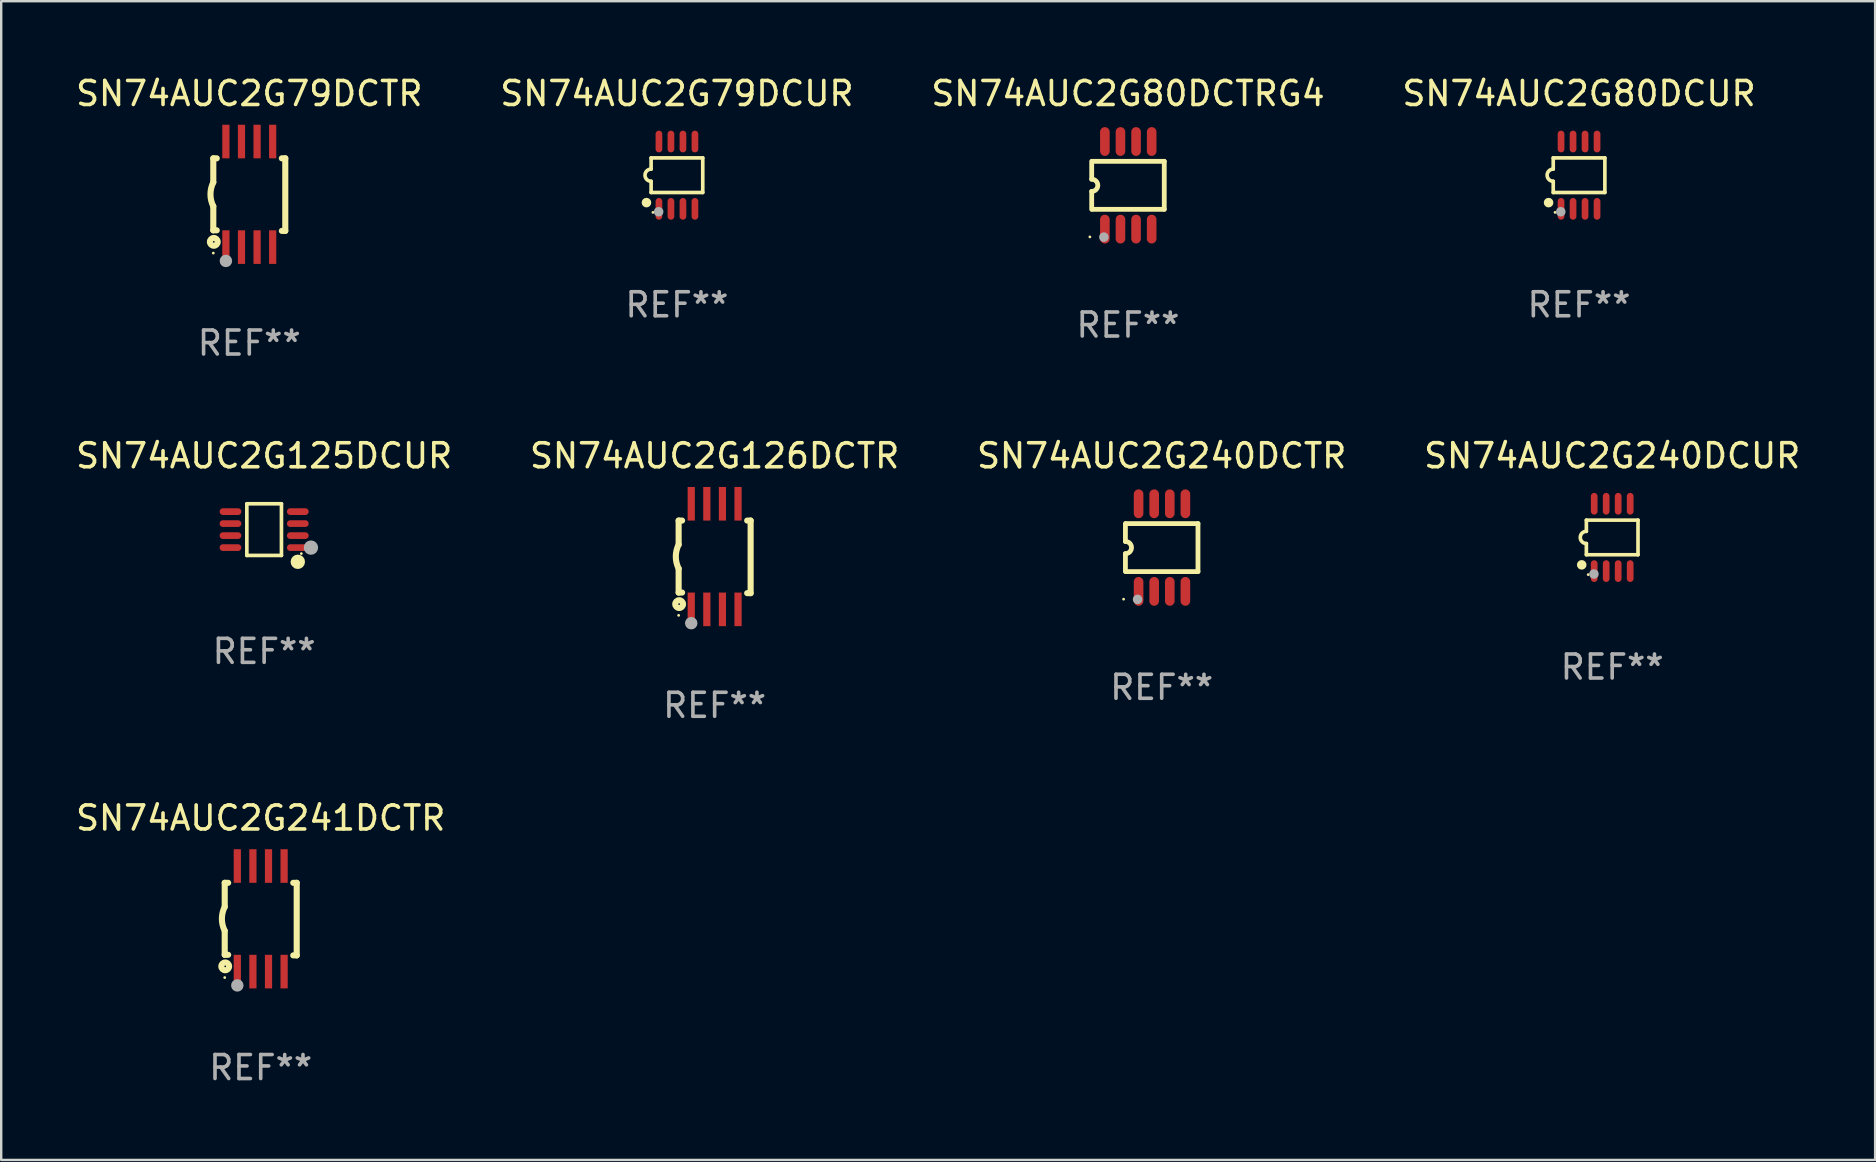
<source format=kicad_pcb>
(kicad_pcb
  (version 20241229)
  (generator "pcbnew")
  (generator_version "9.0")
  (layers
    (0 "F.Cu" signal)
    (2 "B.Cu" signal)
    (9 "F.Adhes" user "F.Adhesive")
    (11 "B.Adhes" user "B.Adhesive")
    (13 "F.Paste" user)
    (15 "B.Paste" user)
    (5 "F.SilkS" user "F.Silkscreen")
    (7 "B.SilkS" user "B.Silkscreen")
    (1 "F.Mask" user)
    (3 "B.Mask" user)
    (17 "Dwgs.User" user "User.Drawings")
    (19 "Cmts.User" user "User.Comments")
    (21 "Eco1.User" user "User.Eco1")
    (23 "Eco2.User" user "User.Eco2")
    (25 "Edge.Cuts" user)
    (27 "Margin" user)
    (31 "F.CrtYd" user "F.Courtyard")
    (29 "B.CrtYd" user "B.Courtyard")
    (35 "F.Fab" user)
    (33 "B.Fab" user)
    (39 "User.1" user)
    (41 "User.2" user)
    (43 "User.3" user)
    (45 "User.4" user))
  (footprint "SN74AUC2G79DCUR"
    (layer "F.Cu")
    (at 25.161 4.251)
    (property "Reference" "SN74AUC2G79DCUR" (at 0 -3.403 0) (layer "F.SilkS") (effects (font (size 1 1) (thickness 0.15))))
    (attr through_hole)
    (fp_line (start -1.076 -0.721) (end 1.076 -0.721) (stroke (width 0.152) (type solid)) (layer "F.SilkS"))
    (fp_line (start -1.076 -0.254) (end -1.076 -0.721) (stroke (width 0.152) (type solid)) (layer "F.SilkS"))
    (fp_line (start -1.076 0.254) (end -1.076 0.721) (stroke (width 0.152) (type solid)) (layer "F.SilkS"))
    (fp_line (start 1.076 -0.721) (end 1.076 0.721) (stroke (width 0.152) (type solid)) (layer "F.SilkS"))
    (fp_line (start 1.076 0.721) (end -1.076 0.721) (stroke (width 0.152) (type solid)) (layer "F.SilkS"))
    (fp_arc (start -1.076226 0.254051) (mid -1.330226 0.000051) (end -1.076226 -0.253949) (stroke (width 0.151994) (type solid)) (layer "F.SilkS"))
    (fp_circle (center -1.27 1.143) (end -1.17 1.143) (stroke (width 0.2) (type solid)) (fill no) (layer "F.SilkS"))
    (fp_circle (center -1 1.55) (end -0.97 1.55) (stroke (width 0.06) (type solid)) (fill no) (layer "F.SilkS"))
    (fp_circle (center -0.762 1.524) (end -0.662 1.524) (stroke (width 0.2) (type solid)) (fill no) (layer "F.Fab"))
    (fp_text user "REF**" (at 0 5.403 0) (layer "F.Fab") (effects (font (size 1 1) (thickness 0.15))))
    (pad "1" smd oval (at -0.75 1.403) (size 0.28 0.905) (layers "F.Cu" "F.Mask" "F.Paste"))
    (pad "2" smd oval (at -0.25 1.403) (size 0.28 0.905) (layers "F.Cu" "F.Mask" "F.Paste"))
    (pad "3" smd oval (at 0.25 1.403) (size 0.28 0.905) (layers "F.Cu" "F.Mask" "F.Paste"))
    (pad "4" smd oval (at 0.75 1.403) (size 0.28 0.905) (layers "F.Cu" "F.Mask" "F.Paste"))
    (pad "5" smd oval (at 0.75 -1.403) (size 0.28 0.905) (layers "F.Cu" "F.Mask" "F.Paste"))
    (pad "6" smd oval (at 0.25 -1.403) (size 0.28 0.905) (layers "F.Cu" "F.Mask" "F.Paste"))
    (pad "7" smd oval (at -0.25 -1.403) (size 0.28 0.905) (layers "F.Cu" "F.Mask" "F.Paste"))
    (pad "8" smd oval (at -0.75 -1.403) (size 0.28 0.905) (layers "F.Cu" "F.Mask" "F.Paste")))
  (footprint "SN74AUC2G125DCUR"
    (layer "F.Cu")
    (at 7.958 19.021)
    (property "Reference" "SN74AUC2G125DCUR" (at 0 -3.076 0) (layer "F.SilkS") (effects (font (size 1 1) (thickness 0.15))))
    (attr through_hole)
    (fp_line (start -0.721 -1.076) (end 0.721 -1.076) (stroke (width 0.152) (type solid)) (layer "F.SilkS"))
    (fp_line (start -0.721 1.076) (end -0.721 -1.076) (stroke (width 0.152) (type solid)) (layer "F.SilkS"))
    (fp_line (start 0.721 -1.076) (end 0.721 1.076) (stroke (width 0.152) (type solid)) (layer "F.SilkS"))
    (fp_line (start 0.721 1.076) (end -0.721 1.076) (stroke (width 0.152) (type solid)) (layer "F.SilkS"))
    (fp_circle (center 1.403 1.342) (end 1.553 1.342) (stroke (width 0.3) (type solid)) (fill no) (layer "F.SilkS"))
    (fp_circle (center 1.55 1) (end 1.58 1) (stroke (width 0.06) (type solid)) (fill no) (layer "F.SilkS"))
    (fp_circle (center 1.95 0.75) (end 2.1 0.75) (stroke (width 0.3) (type solid)) (fill no) (layer "F.Fab"))
    (fp_text user "REF**" (at 0 5.076 0) (layer "F.Fab") (effects (font (size 1 1) (thickness 0.15))))
    (pad "1" smd oval (at 1.403 0.75 90) (size 0.28 0.905) (layers "F.Cu" "F.Mask" "F.Paste"))
    (pad "2" smd oval (at 1.403 0.25 90) (size 0.28 0.905) (layers "F.Cu" "F.Mask" "F.Paste"))
    (pad "3" smd oval (at 1.403 -0.25 90) (size 0.28 0.905) (layers "F.Cu" "F.Mask" "F.Paste"))
    (pad "4" smd oval (at 1.403 -0.75 90) (size 0.28 0.905) (layers "F.Cu" "F.Mask" "F.Paste"))
    (pad "5" smd oval (at -1.403 -0.75 90) (size 0.28 0.905) (layers "F.Cu" "F.Mask" "F.Paste"))
    (pad "6" smd oval (at -1.403 -0.25 90) (size 0.28 0.905) (layers "F.Cu" "F.Mask" "F.Paste"))
    (pad "7" smd oval (at -1.403 0.25 90) (size 0.28 0.905) (layers "F.Cu" "F.Mask" "F.Paste"))
    (pad "8" smd oval (at -1.403 0.75 90) (size 0.28 0.905) (layers "F.Cu" "F.Mask" "F.Paste")))
  (footprint "SN74AUC2G80DCTRG4"
    (layer "F.Cu")
    (at 43.958 4.673)
    (property "Reference" "SN74AUC2G80DCTRG4" (at 0 -3.825 0) (layer "F.SilkS") (effects (font (size 1 1) (thickness 0.15))))
    (attr through_hole)
    (fp_line (start -1.512 -0.254) (end -1.512 -1) (stroke (width 0.2) (type solid)) (layer "F.SilkS"))
    (fp_line (start -1.512 0.254) (end -1.512 1) (stroke (width 0.2) (type solid)) (layer "F.SilkS"))
    (fp_line (start -1.488 -1) (end 1.512 -1) (stroke (width 0.2) (type solid)) (layer "F.SilkS"))
    (fp_line (start 1.512 -1) (end 1.512 1) (stroke (width 0.2) (type solid)) (layer "F.SilkS"))
    (fp_line (start 1.512 1) (end -1.488 1) (stroke (width 0.2) (type solid)) (layer "F.SilkS"))
    (fp_arc (start -1.512002 -0.254001) (mid -1.258001 0) (end -1.512002 0.254001) (stroke (width 0.2) (type solid)) (layer "F.SilkS"))
    (fp_circle (center -1.588 2.15) (end -1.558 2.15) (stroke (width 0.06) (type solid)) (fill no) (layer "F.SilkS"))
    (fp_circle (center -1.004 2.159) (end -0.904 2.159) (stroke (width 0.2) (type solid)) (fill no) (layer "F.Fab"))
    (fp_text user "REF**" (at 0 5.825 0) (layer "F.Fab") (effects (font (size 1 1) (thickness 0.15))))
    (pad "1" smd oval (at -0.963 1.825 270) (size 1.2 0.4) (layers "F.Cu" "F.Mask" "F.Paste"))
    (pad "2" smd oval (at -0.313 1.825 270) (size 1.2 0.4) (layers "F.Cu" "F.Mask" "F.Paste"))
    (pad "3" smd oval (at 0.337 1.825 270) (size 1.2 0.4) (layers "F.Cu" "F.Mask" "F.Paste"))
    (pad "4" smd oval (at 0.987 1.825 270) (size 1.2 0.4) (layers "F.Cu" "F.Mask" "F.Paste"))
    (pad "5" smd oval (at 0.987 -1.825 270) (size 1.2 0.4) (layers "F.Cu" "F.Mask" "F.Paste"))
    (pad "6" smd oval (at 0.337 -1.825 270) (size 1.2 0.4) (layers "F.Cu" "F.Mask" "F.Paste"))
    (pad "7" smd oval (at -0.313 -1.825 270) (size 1.2 0.4) (layers "F.Cu" "F.Mask" "F.Paste"))
    (pad "8" smd oval (at -0.963 -1.825 270) (size 1.2 0.4) (layers "F.Cu" "F.Mask" "F.Paste")))
  (footprint "SN74AUC2G240DCTR"
    (layer "F.Cu")
    (at 45.363 19.77)
    (property "Reference" "SN74AUC2G240DCTR" (at 0 -3.825 0) (layer "F.SilkS") (effects (font (size 1 1) (thickness 0.15))))
    (attr through_hole)
    (fp_line (start -1.512 -0.254) (end -1.512 -1) (stroke (width 0.2) (type solid)) (layer "F.SilkS"))
    (fp_line (start -1.512 0.254) (end -1.512 1) (stroke (width 0.2) (type solid)) (layer "F.SilkS"))
    (fp_line (start -1.488 -1) (end 1.512 -1) (stroke (width 0.2) (type solid)) (layer "F.SilkS"))
    (fp_line (start 1.512 -1) (end 1.512 1) (stroke (width 0.2) (type solid)) (layer "F.SilkS"))
    (fp_line (start 1.512 1) (end -1.488 1) (stroke (width 0.2) (type solid)) (layer "F.SilkS"))
    (fp_arc (start -1.512002 -0.254001) (mid -1.258001 0) (end -1.512002 0.254001) (stroke (width 0.2) (type solid)) (layer "F.SilkS"))
    (fp_circle (center -1.588 2.15) (end -1.558 2.15) (stroke (width 0.06) (type solid)) (fill no) (layer "F.SilkS"))
    (fp_circle (center -1.004 2.159) (end -0.904 2.159) (stroke (width 0.2) (type solid)) (fill no) (layer "F.Fab"))
    (fp_text user "REF**" (at 0 5.825 0) (layer "F.Fab") (effects (font (size 1 1) (thickness 0.15))))
    (pad "1" smd oval (at -0.963 1.825 270) (size 1.2 0.4) (layers "F.Cu" "F.Mask" "F.Paste"))
    (pad "2" smd oval (at -0.313 1.825 270) (size 1.2 0.4) (layers "F.Cu" "F.Mask" "F.Paste"))
    (pad "3" smd oval (at 0.337 1.825 270) (size 1.2 0.4) (layers "F.Cu" "F.Mask" "F.Paste"))
    (pad "4" smd oval (at 0.987 1.825 270) (size 1.2 0.4) (layers "F.Cu" "F.Mask" "F.Paste"))
    (pad "5" smd oval (at 0.987 -1.825 270) (size 1.2 0.4) (layers "F.Cu" "F.Mask" "F.Paste"))
    (pad "6" smd oval (at 0.337 -1.825 270) (size 1.2 0.4) (layers "F.Cu" "F.Mask" "F.Paste"))
    (pad "7" smd oval (at -0.313 -1.825 270) (size 1.2 0.4) (layers "F.Cu" "F.Mask" "F.Paste"))
    (pad "8" smd oval (at -0.963 -1.825 270) (size 1.2 0.4) (layers "F.Cu" "F.Mask" "F.Paste")))
  (footprint "SN74AUC2G79DCTR"
    (layer "F.Cu")
    (at 7.339 5.048)
    (property "Reference" "SN74AUC2G79DCTR" (at 0 -4.2 0) (layer "F.SilkS") (effects (font (size 1 1) (thickness 0.15))))
    (attr through_hole)
    (fp_line (start -1.5 -1.5) (end -1.5 -0.5) (stroke (width 0.254) (type solid)) (layer "F.SilkS"))
    (fp_line (start -1.5 -1.5) (end -1.356 -1.5) (stroke (width 0.254) (type solid)) (layer "F.SilkS"))
    (fp_line (start -1.5 1.5) (end -1.5 0.5) (stroke (width 0.254) (type solid)) (layer "F.SilkS"))
    (fp_line (start -1.5 1.5) (end -1.356 1.5) (stroke (width 0.254) (type solid)) (layer "F.SilkS"))
    (fp_line (start 1.356 -1.5) (end 1.5 -1.5) (stroke (width 0.254) (type solid)) (layer "F.SilkS"))
    (fp_line (start 1.5 -1.5) (end 1.5 1.524) (stroke (width 0.254) (type solid)) (layer "F.SilkS"))
    (fp_line (start 1.5 1.524) (end 1.356 1.524) (stroke (width 0.254) (type solid)) (layer "F.SilkS"))
    (fp_arc (start -1.500203 0.499137) (mid -1.618067 -0.000468) (end -1.5 -0.500025) (stroke (width 0.254001) (type solid)) (layer "F.SilkS"))
    (fp_circle (center -1.5 2.449) (end -1.47 2.449) (stroke (width 0.06) (type solid)) (fill no) (layer "F.SilkS"))
    (fp_circle (center -1.479 1.981) (end -1.444 1.981) (stroke (width 0.254) (type solid)) (fill no) (layer "F.SilkS"))
    (fp_circle (center -0.975 2.776) (end -0.845 2.776) (stroke (width 0.26) (type solid)) (fill no) (layer "F.Fab"))
    (fp_text user "REF**" (at 0 6.2 0) (layer "F.Fab") (effects (font (size 1 1) (thickness 0.15))))
    (pad "1" smd rect (at -0.975 2.2) (size 0.3 1.4) (layers "F.Cu" "F.Mask" "F.Paste"))
    (pad "2" smd rect (at -0.325 2.2) (size 0.3 1.4) (layers "F.Cu" "F.Mask" "F.Paste"))
    (pad "3" smd rect (at 0.325 2.2) (size 0.3 1.4) (layers "F.Cu" "F.Mask" "F.Paste"))
    (pad "4" smd rect (at 0.975 2.2) (size 0.3 1.4) (layers "F.Cu" "F.Mask" "F.Paste"))
    (pad "5" smd rect (at 0.975 -2.2) (size 0.3 1.4) (layers "F.Cu" "F.Mask" "F.Paste"))
    (pad "6" smd rect (at 0.325 -2.2) (size 0.3 1.4) (layers "F.Cu" "F.Mask" "F.Paste"))
    (pad "7" smd rect (at -0.325 -2.2) (size 0.3 1.4) (layers "F.Cu" "F.Mask" "F.Paste"))
    (pad "8" smd rect (at -0.975 -2.2) (size 0.3 1.4) (layers "F.Cu" "F.Mask" "F.Paste")))
  (footprint "SN74AUC2G240DCUR"
    (layer "F.Cu")
    (at 64.137 19.347)
    (property "Reference" "SN74AUC2G240DCUR" (at 0 -3.403 0) (layer "F.SilkS") (effects (font (size 1 1) (thickness 0.15))))
    (attr through_hole)
    (fp_line (start -1.076 -0.721) (end 1.076 -0.721) (stroke (width 0.152) (type solid)) (layer "F.SilkS"))
    (fp_line (start -1.076 -0.254) (end -1.076 -0.721) (stroke (width 0.152) (type solid)) (layer "F.SilkS"))
    (fp_line (start -1.076 0.254) (end -1.076 0.721) (stroke (width 0.152) (type solid)) (layer "F.SilkS"))
    (fp_line (start 1.076 -0.721) (end 1.076 0.721) (stroke (width 0.152) (type solid)) (layer "F.SilkS"))
    (fp_line (start 1.076 0.721) (end -1.076 0.721) (stroke (width 0.152) (type solid)) (layer "F.SilkS"))
    (fp_arc (start -1.076226 0.254051) (mid -1.330226 0.000051) (end -1.076226 -0.253949) (stroke (width 0.151994) (type solid)) (layer "F.SilkS"))
    (fp_circle (center -1.27 1.143) (end -1.17 1.143) (stroke (width 0.2) (type solid)) (fill no) (layer "F.SilkS"))
    (fp_circle (center -1 1.55) (end -0.97 1.55) (stroke (width 0.06) (type solid)) (fill no) (layer "F.SilkS"))
    (fp_circle (center -0.762 1.524) (end -0.662 1.524) (stroke (width 0.2) (type solid)) (fill no) (layer "F.Fab"))
    (fp_text user "REF**" (at 0 5.403 0) (layer "F.Fab") (effects (font (size 1 1) (thickness 0.15))))
    (pad "1" smd oval (at -0.75 1.403) (size 0.28 0.905) (layers "F.Cu" "F.Mask" "F.Paste"))
    (pad "2" smd oval (at -0.25 1.403) (size 0.28 0.905) (layers "F.Cu" "F.Mask" "F.Paste"))
    (pad "3" smd oval (at 0.25 1.403) (size 0.28 0.905) (layers "F.Cu" "F.Mask" "F.Paste"))
    (pad "4" smd oval (at 0.75 1.403) (size 0.28 0.905) (layers "F.Cu" "F.Mask" "F.Paste"))
    (pad "5" smd oval (at 0.75 -1.403) (size 0.28 0.905) (layers "F.Cu" "F.Mask" "F.Paste"))
    (pad "6" smd oval (at 0.25 -1.403) (size 0.28 0.905) (layers "F.Cu" "F.Mask" "F.Paste"))
    (pad "7" smd oval (at -0.25 -1.403) (size 0.28 0.905) (layers "F.Cu" "F.Mask" "F.Paste"))
    (pad "8" smd oval (at -0.75 -1.403) (size 0.28 0.905) (layers "F.Cu" "F.Mask" "F.Paste")))
  (footprint "SN74AUC2G241DCTR"
    (layer "F.Cu")
    (at 7.815 35.241)
    (property "Reference" "SN74AUC2G241DCTR" (at 0 -4.2 0) (layer "F.SilkS") (effects (font (size 1 1) (thickness 0.15))))
    (attr through_hole)
    (fp_line (start -1.5 -1.5) (end -1.5 -0.5) (stroke (width 0.254) (type solid)) (layer "F.SilkS"))
    (fp_line (start -1.5 -1.5) (end -1.356 -1.5) (stroke (width 0.254) (type solid)) (layer "F.SilkS"))
    (fp_line (start -1.5 1.5) (end -1.5 0.5) (stroke (width 0.254) (type solid)) (layer "F.SilkS"))
    (fp_line (start -1.5 1.5) (end -1.356 1.5) (stroke (width 0.254) (type solid)) (layer "F.SilkS"))
    (fp_line (start 1.356 -1.5) (end 1.5 -1.5) (stroke (width 0.254) (type solid)) (layer "F.SilkS"))
    (fp_line (start 1.5 -1.5) (end 1.5 1.524) (stroke (width 0.254) (type solid)) (layer "F.SilkS"))
    (fp_line (start 1.5 1.524) (end 1.356 1.524) (stroke (width 0.254) (type solid)) (layer "F.SilkS"))
    (fp_arc (start -1.500203 0.499137) (mid -1.618067 -0.000468) (end -1.5 -0.500025) (stroke (width 0.254001) (type solid)) (layer "F.SilkS"))
    (fp_circle (center -1.5 2.449) (end -1.47 2.449) (stroke (width 0.06) (type solid)) (fill no) (layer "F.SilkS"))
    (fp_circle (center -1.479 1.981) (end -1.444 1.981) (stroke (width 0.254) (type solid)) (fill no) (layer "F.SilkS"))
    (fp_circle (center -0.975 2.776) (end -0.845 2.776) (stroke (width 0.26) (type solid)) (fill no) (layer "F.Fab"))
    (fp_text user "REF**" (at 0 6.2 0) (layer "F.Fab") (effects (font (size 1 1) (thickness 0.15))))
    (pad "1" smd rect (at -0.975 2.2) (size 0.3 1.4) (layers "F.Cu" "F.Mask" "F.Paste"))
    (pad "2" smd rect (at -0.325 2.2) (size 0.3 1.4) (layers "F.Cu" "F.Mask" "F.Paste"))
    (pad "3" smd rect (at 0.325 2.2) (size 0.3 1.4) (layers "F.Cu" "F.Mask" "F.Paste"))
    (pad "4" smd rect (at 0.975 2.2) (size 0.3 1.4) (layers "F.Cu" "F.Mask" "F.Paste"))
    (pad "5" smd rect (at 0.975 -2.2) (size 0.3 1.4) (layers "F.Cu" "F.Mask" "F.Paste"))
    (pad "6" smd rect (at 0.325 -2.2) (size 0.3 1.4) (layers "F.Cu" "F.Mask" "F.Paste"))
    (pad "7" smd rect (at -0.325 -2.2) (size 0.3 1.4) (layers "F.Cu" "F.Mask" "F.Paste"))
    (pad "8" smd rect (at -0.975 -2.2) (size 0.3 1.4) (layers "F.Cu" "F.Mask" "F.Paste")))
  (footprint "SN74AUC2G126DCTR"
    (layer "F.Cu")
    (at 26.732 20.145)
    (property "Reference" "SN74AUC2G126DCTR" (at 0 -4.2 0) (layer "F.SilkS") (effects (font (size 1 1) (thickness 0.15))))
    (attr through_hole)
    (fp_line (start -1.5 -1.5) (end -1.5 -0.5) (stroke (width 0.254) (type solid)) (layer "F.SilkS"))
    (fp_line (start -1.5 -1.5) (end -1.356 -1.5) (stroke (width 0.254) (type solid)) (layer "F.SilkS"))
    (fp_line (start -1.5 1.5) (end -1.5 0.5) (stroke (width 0.254) (type solid)) (layer "F.SilkS"))
    (fp_line (start -1.5 1.5) (end -1.356 1.5) (stroke (width 0.254) (type solid)) (layer "F.SilkS"))
    (fp_line (start 1.356 -1.5) (end 1.5 -1.5) (stroke (width 0.254) (type solid)) (layer "F.SilkS"))
    (fp_line (start 1.5 -1.5) (end 1.5 1.524) (stroke (width 0.254) (type solid)) (layer "F.SilkS"))
    (fp_line (start 1.5 1.524) (end 1.356 1.524) (stroke (width 0.254) (type solid)) (layer "F.SilkS"))
    (fp_arc (start -1.500203 0.499137) (mid -1.618067 -0.000468) (end -1.5 -0.500025) (stroke (width 0.254001) (type solid)) (layer "F.SilkS"))
    (fp_circle (center -1.5 2.449) (end -1.47 2.449) (stroke (width 0.06) (type solid)) (fill no) (layer "F.SilkS"))
    (fp_circle (center -1.479 1.981) (end -1.444 1.981) (stroke (width 0.254) (type solid)) (fill no) (layer "F.SilkS"))
    (fp_circle (center -0.975 2.776) (end -0.845 2.776) (stroke (width 0.26) (type solid)) (fill no) (layer "F.Fab"))
    (fp_text user "REF**" (at 0 6.2 0) (layer "F.Fab") (effects (font (size 1 1) (thickness 0.15))))
    (pad "1" smd rect (at -0.975 2.2) (size 0.3 1.4) (layers "F.Cu" "F.Mask" "F.Paste"))
    (pad "2" smd rect (at -0.325 2.2) (size 0.3 1.4) (layers "F.Cu" "F.Mask" "F.Paste"))
    (pad "3" smd rect (at 0.325 2.2) (size 0.3 1.4) (layers "F.Cu" "F.Mask" "F.Paste"))
    (pad "4" smd rect (at 0.975 2.2) (size 0.3 1.4) (layers "F.Cu" "F.Mask" "F.Paste"))
    (pad "5" smd rect (at 0.975 -2.2) (size 0.3 1.4) (layers "F.Cu" "F.Mask" "F.Paste"))
    (pad "6" smd rect (at 0.325 -2.2) (size 0.3 1.4) (layers "F.Cu" "F.Mask" "F.Paste"))
    (pad "7" smd rect (at -0.325 -2.2) (size 0.3 1.4) (layers "F.Cu" "F.Mask" "F.Paste"))
    (pad "8" smd rect (at -0.975 -2.2) (size 0.3 1.4) (layers "F.Cu" "F.Mask" "F.Paste")))
  (footprint "SN74AUC2G80DCUR"
    (layer "F.Cu")
    (at 62.756 4.251)
    (property "Reference" "SN74AUC2G80DCUR" (at 0 -3.403 0) (layer "F.SilkS") (effects (font (size 1 1) (thickness 0.15))))
    (attr through_hole)
    (fp_line (start -1.076 -0.721) (end 1.076 -0.721) (stroke (width 0.152) (type solid)) (layer "F.SilkS"))
    (fp_line (start -1.076 -0.254) (end -1.076 -0.721) (stroke (width 0.152) (type solid)) (layer "F.SilkS"))
    (fp_line (start -1.076 0.254) (end -1.076 0.721) (stroke (width 0.152) (type solid)) (layer "F.SilkS"))
    (fp_line (start 1.076 -0.721) (end 1.076 0.721) (stroke (width 0.152) (type solid)) (layer "F.SilkS"))
    (fp_line (start 1.076 0.721) (end -1.076 0.721) (stroke (width 0.152) (type solid)) (layer "F.SilkS"))
    (fp_arc (start -1.076226 0.254051) (mid -1.330226 0.000051) (end -1.076226 -0.253949) (stroke (width 0.151994) (type solid)) (layer "F.SilkS"))
    (fp_circle (center -1.27 1.143) (end -1.17 1.143) (stroke (width 0.2) (type solid)) (fill no) (layer "F.SilkS"))
    (fp_circle (center -1 1.55) (end -0.97 1.55) (stroke (width 0.06) (type solid)) (fill no) (layer "F.SilkS"))
    (fp_circle (center -0.762 1.524) (end -0.662 1.524) (stroke (width 0.2) (type solid)) (fill no) (layer "F.Fab"))
    (fp_text user "REF**" (at 0 5.403 0) (layer "F.Fab") (effects (font (size 1 1) (thickness 0.15))))
    (pad "1" smd oval (at -0.75 1.403) (size 0.28 0.905) (layers "F.Cu" "F.Mask" "F.Paste"))
    (pad "2" smd oval (at -0.25 1.403) (size 0.28 0.905) (layers "F.Cu" "F.Mask" "F.Paste"))
    (pad "3" smd oval (at 0.25 1.403) (size 0.28 0.905) (layers "F.Cu" "F.Mask" "F.Paste"))
    (pad "4" smd oval (at 0.75 1.403) (size 0.28 0.905) (layers "F.Cu" "F.Mask" "F.Paste"))
    (pad "5" smd oval (at 0.75 -1.403) (size 0.28 0.905) (layers "F.Cu" "F.Mask" "F.Paste"))
    (pad "6" smd oval (at 0.25 -1.403) (size 0.28 0.905) (layers "F.Cu" "F.Mask" "F.Paste"))
    (pad "7" smd oval (at -0.25 -1.403) (size 0.28 0.905) (layers "F.Cu" "F.Mask" "F.Paste"))
    (pad "8" smd oval (at -0.75 -1.403) (size 0.28 0.905) (layers "F.Cu" "F.Mask" "F.Paste")))
  (gr_rect
    (start -3 -3)
    (end 75.095 45.289)
    (stroke (width 0.1) (type default))
    (fill no)
    (layer "Edge.Cuts")))
</source>
